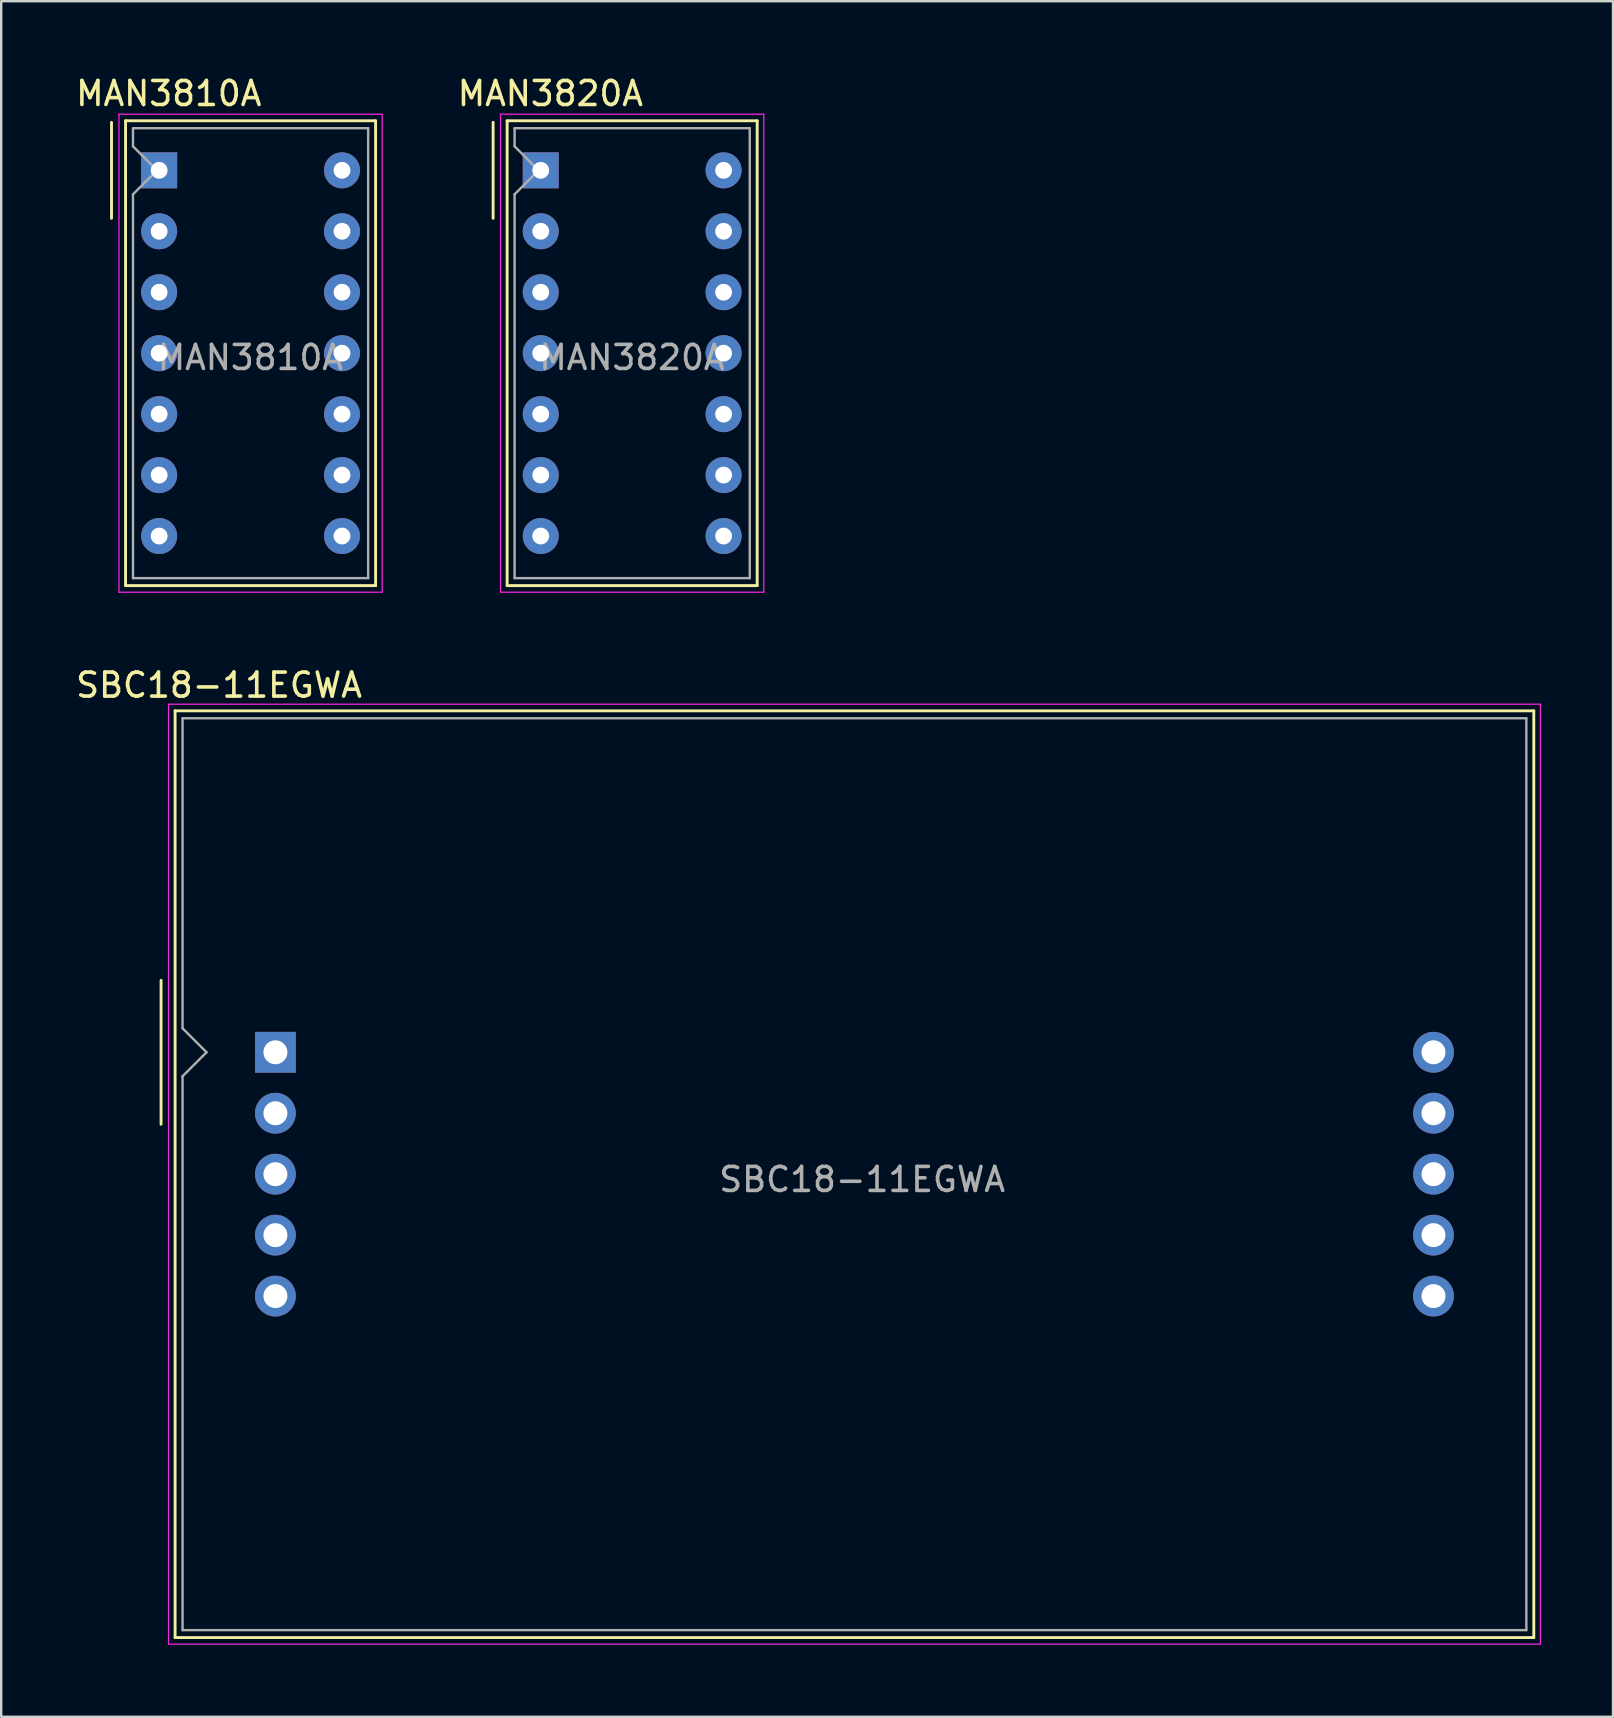
<source format=kicad_pcb>
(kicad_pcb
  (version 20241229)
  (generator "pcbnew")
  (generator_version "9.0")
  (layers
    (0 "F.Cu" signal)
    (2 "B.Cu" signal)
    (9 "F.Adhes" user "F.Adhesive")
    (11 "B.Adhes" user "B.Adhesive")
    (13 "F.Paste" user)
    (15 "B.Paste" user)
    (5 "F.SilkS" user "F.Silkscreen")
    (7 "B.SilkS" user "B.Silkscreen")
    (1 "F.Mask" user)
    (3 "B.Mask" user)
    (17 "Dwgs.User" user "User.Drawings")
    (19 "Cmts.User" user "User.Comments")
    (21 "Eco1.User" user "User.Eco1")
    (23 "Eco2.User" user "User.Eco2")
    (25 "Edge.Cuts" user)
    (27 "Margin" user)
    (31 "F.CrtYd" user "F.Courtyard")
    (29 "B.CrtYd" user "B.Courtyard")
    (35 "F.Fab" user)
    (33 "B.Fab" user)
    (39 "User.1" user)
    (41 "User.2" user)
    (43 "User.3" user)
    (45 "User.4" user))
  (footprint "MAN3810A"
    (layer "F.Cu")
    (at 3.582 4.048)
    (property "Reference" "MAN3810A" (at 0.4 -3.2 0) (layer "F.SilkS") (effects (font (size 1 1) (thickness 0.15))))
    (attr through_hole)
    (fp_line (start -1.985 -2) (end -1.985 2) (stroke (width 0.12) (type solid)) (layer "F.SilkS"))
    (fp_line (start -1.4 -2.065) (end 9.02 -2.065) (stroke (width 0.12) (type solid)) (layer "F.SilkS"))
    (fp_line (start -1.4 17.305) (end -1.4 -2.065) (stroke (width 0.12) (type solid)) (layer "F.SilkS"))
    (fp_line (start 9.02 -2.065) (end 9.02 17.305) (stroke (width 0.12) (type solid)) (layer "F.SilkS"))
    (fp_line (start 9.02 17.305) (end -1.4 17.305) (stroke (width 0.12) (type solid)) (layer "F.SilkS"))
    (fp_line (start -1.675 -2.34) (end 9.295 -2.34) (stroke (width 0.05) (type solid)) (layer "F.CrtYd"))
    (fp_line (start -1.675 17.58) (end -1.675 -2.34) (stroke (width 0.05) (type solid)) (layer "F.CrtYd"))
    (fp_line (start 9.295 -2.34) (end 9.295 17.58) (stroke (width 0.05) (type solid)) (layer "F.CrtYd"))
    (fp_line (start 9.295 17.58) (end -1.675 17.58) (stroke (width 0.05) (type solid)) (layer "F.CrtYd"))
    (fp_line (start -1.09 -1.755) (end 8.71 -1.755) (stroke (width 0.1) (type solid)) (layer "F.Fab"))
    (fp_line (start -1.09 -1) (end -1.09 -1.755) (stroke (width 0.1) (type solid)) (layer "F.Fab"))
    (fp_line (start -1.09 1) (end -0.09 0) (stroke (width 0.1) (type solid)) (layer "F.Fab"))
    (fp_line (start -1.09 16.995) (end -1.09 1) (stroke (width 0.1) (type solid)) (layer "F.Fab"))
    (fp_line (start -0.09 0) (end -1.09 -1) (stroke (width 0.1) (type solid)) (layer "F.Fab"))
    (fp_line (start 8.71 -1.755) (end 8.71 16.995) (stroke (width 0.1) (type solid)) (layer "F.Fab"))
    (fp_line (start 8.71 16.995) (end -1.09 16.995) (stroke (width 0.1) (type solid)) (layer "F.Fab"))
    (fp_text user "${REFERENCE}" (at 3.8 7.8 0) (layer "F.Fab") (effects (font (size 1 1) (thickness 0.15))))
    (pad "1" thru_hole rect (at 0 0) (size 1.5 1.5) (drill 0.7) (layers "*.Cu" "*.Mask"))
    (pad "2" thru_hole circle (at 0 2.54) (size 1.5 1.5) (drill 0.7) (layers "*.Cu" "*.Mask"))
    (pad "3" thru_hole circle (at 0 5.08) (size 1.5 1.5) (drill 0.7) (layers "*.Cu" "*.Mask"))
    (pad "4" thru_hole circle (at 0 7.62) (size 1.5 1.5) (drill 0.7) (layers "*.Cu" "*.Mask"))
    (pad "5" thru_hole circle (at 0 10.16) (size 1.5 1.5) (drill 0.7) (layers "*.Cu" "*.Mask"))
    (pad "6" thru_hole circle (at 0 12.7) (size 1.5 1.5) (drill 0.7) (layers "*.Cu" "*.Mask"))
    (pad "7" thru_hole circle (at 0 15.24) (size 1.5 1.5) (drill 0.7) (layers "*.Cu" "*.Mask"))
    (pad "8" thru_hole circle (at 7.62 15.24) (size 1.5 1.5) (drill 0.7) (layers "*.Cu" "*.Mask"))
    (pad "9" thru_hole circle (at 7.62 12.7) (size 1.5 1.5) (drill 0.7) (layers "*.Cu" "*.Mask"))
    (pad "10" thru_hole circle (at 7.62 10.16) (size 1.5 1.5) (drill 0.7) (layers "*.Cu" "*.Mask"))
    (pad "11" thru_hole circle (at 7.62 7.62) (size 1.5 1.5) (drill 0.7) (layers "*.Cu" "*.Mask"))
    (pad "12" thru_hole circle (at 7.62 5.08) (size 1.5 1.5) (drill 0.7) (layers "*.Cu" "*.Mask"))
    (pad "13" thru_hole circle (at 7.62 2.54) (size 1.5 1.5) (drill 0.7) (layers "*.Cu" "*.Mask"))
    (pad "14" thru_hole circle (at 7.62 0) (size 1.5 1.5) (drill 0.7) (layers "*.Cu" "*.Mask")))
  (footprint "MAN3820A"
    (layer "F.Cu")
    (at 19.484 4.048)
    (property "Reference" "MAN3820A" (at 0.4 -3.2 0) (layer "F.SilkS") (effects (font (size 1 1) (thickness 0.15))))
    (attr through_hole)
    (fp_line (start -1.985 -2) (end -1.985 2) (stroke (width 0.12) (type solid)) (layer "F.SilkS"))
    (fp_line (start -1.4 -2.065) (end 9.02 -2.065) (stroke (width 0.12) (type solid)) (layer "F.SilkS"))
    (fp_line (start -1.4 17.305) (end -1.4 -2.065) (stroke (width 0.12) (type solid)) (layer "F.SilkS"))
    (fp_line (start 9.02 -2.065) (end 9.02 17.305) (stroke (width 0.12) (type solid)) (layer "F.SilkS"))
    (fp_line (start 9.02 17.305) (end -1.4 17.305) (stroke (width 0.12) (type solid)) (layer "F.SilkS"))
    (fp_line (start -1.675 -2.34) (end 9.295 -2.34) (stroke (width 0.05) (type solid)) (layer "F.CrtYd"))
    (fp_line (start -1.675 17.58) (end -1.675 -2.34) (stroke (width 0.05) (type solid)) (layer "F.CrtYd"))
    (fp_line (start 9.295 -2.34) (end 9.295 17.58) (stroke (width 0.05) (type solid)) (layer "F.CrtYd"))
    (fp_line (start 9.295 17.58) (end -1.675 17.58) (stroke (width 0.05) (type solid)) (layer "F.CrtYd"))
    (fp_line (start -1.09 -1.755) (end 8.71 -1.755) (stroke (width 0.1) (type solid)) (layer "F.Fab"))
    (fp_line (start -1.09 -1) (end -1.09 -1.755) (stroke (width 0.1) (type solid)) (layer "F.Fab"))
    (fp_line (start -1.09 1) (end -0.09 0) (stroke (width 0.1) (type solid)) (layer "F.Fab"))
    (fp_line (start -1.09 16.995) (end -1.09 1) (stroke (width 0.1) (type solid)) (layer "F.Fab"))
    (fp_line (start -0.09 0) (end -1.09 -1) (stroke (width 0.1) (type solid)) (layer "F.Fab"))
    (fp_line (start 8.71 -1.755) (end 8.71 16.995) (stroke (width 0.1) (type solid)) (layer "F.Fab"))
    (fp_line (start 8.71 16.995) (end -1.09 16.995) (stroke (width 0.1) (type solid)) (layer "F.Fab"))
    (fp_text user "${REFERENCE}" (at 3.8 7.8 0) (layer "F.Fab") (effects (font (size 1 1) (thickness 0.15))))
    (pad "1" thru_hole rect (at 0 0) (size 1.5 1.5) (drill 0.7) (layers "*.Cu" "*.Mask"))
    (pad "2" thru_hole circle (at 0 2.54) (size 1.5 1.5) (drill 0.7) (layers "*.Cu" "*.Mask"))
    (pad "3" thru_hole circle (at 0 5.08) (size 1.5 1.5) (drill 0.7) (layers "*.Cu" "*.Mask"))
    (pad "4" thru_hole circle (at 0 7.62) (size 1.5 1.5) (drill 0.7) (layers "*.Cu" "*.Mask"))
    (pad "5" thru_hole circle (at 0 10.16) (size 1.5 1.5) (drill 0.7) (layers "*.Cu" "*.Mask"))
    (pad "6" thru_hole circle (at 0 12.7) (size 1.5 1.5) (drill 0.7) (layers "*.Cu" "*.Mask"))
    (pad "7" thru_hole circle (at 0 15.24) (size 1.5 1.5) (drill 0.7) (layers "*.Cu" "*.Mask"))
    (pad "8" thru_hole circle (at 7.62 15.24) (size 1.5 1.5) (drill 0.7) (layers "*.Cu" "*.Mask"))
    (pad "9" thru_hole circle (at 7.62 12.7) (size 1.5 1.5) (drill 0.7) (layers "*.Cu" "*.Mask"))
    (pad "10" thru_hole circle (at 7.62 10.16) (size 1.5 1.5) (drill 0.7) (layers "*.Cu" "*.Mask"))
    (pad "11" thru_hole circle (at 7.62 7.62) (size 1.5 1.5) (drill 0.7) (layers "*.Cu" "*.Mask"))
    (pad "12" thru_hole circle (at 7.62 5.08) (size 1.5 1.5) (drill 0.7) (layers "*.Cu" "*.Mask"))
    (pad "13" thru_hole circle (at 7.62 2.54) (size 1.5 1.5) (drill 0.7) (layers "*.Cu" "*.Mask"))
    (pad "14" thru_hole circle (at 7.62 0) (size 1.5 1.5) (drill 0.7) (layers "*.Cu" "*.Mask")))
  (footprint "SBC18-11EGWA"
    (layer "F.Cu")
    (at 8.427 40.801)
    (property "Reference" "SBC18-11EGWA" (at -2.35 -15.3 0) (layer "F.SilkS") (effects (font (size 1 1) (thickness 0.15))))
    (attr through_hole)
    (fp_line (start -4.765 -3) (end -4.765 3) (stroke (width 0.12) (type solid)) (layer "F.SilkS"))
    (fp_line (start -4.18 -14.23) (end 52.44 -14.23) (stroke (width 0.12) (type solid)) (layer "F.SilkS"))
    (fp_line (start -4.18 24.39) (end -4.18 -14.23) (stroke (width 0.12) (type solid)) (layer "F.SilkS"))
    (fp_line (start 52.44 -14.23) (end 52.44 24.39) (stroke (width 0.12) (type solid)) (layer "F.SilkS"))
    (fp_line (start 52.44 24.39) (end -4.18 24.39) (stroke (width 0.12) (type solid)) (layer "F.SilkS"))
    (fp_line (start -4.455 -14.505) (end 52.715 -14.505) (stroke (width 0.05) (type solid)) (layer "F.CrtYd"))
    (fp_line (start -4.455 24.665) (end -4.455 -14.505) (stroke (width 0.05) (type solid)) (layer "F.CrtYd"))
    (fp_line (start 52.715 -14.505) (end 52.715 24.665) (stroke (width 0.05) (type solid)) (layer "F.CrtYd"))
    (fp_line (start 52.715 24.665) (end -4.455 24.665) (stroke (width 0.05) (type solid)) (layer "F.CrtYd"))
    (fp_line (start -3.87 -13.92) (end 52.13 -13.92) (stroke (width 0.1) (type solid)) (layer "F.Fab"))
    (fp_line (start -3.87 -1) (end -3.87 -13.92) (stroke (width 0.1) (type solid)) (layer "F.Fab"))
    (fp_line (start -3.87 1) (end -2.87 0) (stroke (width 0.1) (type solid)) (layer "F.Fab"))
    (fp_line (start -3.87 24.08) (end -3.87 1) (stroke (width 0.1) (type solid)) (layer "F.Fab"))
    (fp_line (start -2.87 0) (end -3.87 -1) (stroke (width 0.1) (type solid)) (layer "F.Fab"))
    (fp_line (start 52.13 -13.92) (end 52.13 24.08) (stroke (width 0.1) (type solid)) (layer "F.Fab"))
    (fp_line (start 52.13 24.08) (end -3.87 24.08) (stroke (width 0.1) (type solid)) (layer "F.Fab"))
    (fp_text user "${REFERENCE}" (at 24.45 5.3 0) (layer "F.Fab") (effects (font (size 1 1) (thickness 0.15))))
    (pad "1" thru_hole rect (at 0 0) (size 1.7 1.7) (drill 1) (layers "*.Cu" "*.Mask"))
    (pad "2" thru_hole circle (at 0 2.54) (size 1.7 1.7) (drill 1) (layers "*.Cu" "*.Mask"))
    (pad "3" thru_hole circle (at 0 5.08) (size 1.7 1.7) (drill 1) (layers "*.Cu" "*.Mask"))
    (pad "4" thru_hole circle (at 0 7.62) (size 1.7 1.7) (drill 1) (layers "*.Cu" "*.Mask"))
    (pad "5" thru_hole circle (at 0 10.16) (size 1.7 1.7) (drill 1) (layers "*.Cu" "*.Mask"))
    (pad "6" thru_hole circle (at 48.26 10.16) (size 1.7 1.7) (drill 1) (layers "*.Cu" "*.Mask"))
    (pad "7" thru_hole circle (at 48.26 7.62) (size 1.7 1.7) (drill 1) (layers "*.Cu" "*.Mask"))
    (pad "8" thru_hole circle (at 48.26 5.08) (size 1.7 1.7) (drill 1) (layers "*.Cu" "*.Mask"))
    (pad "9" thru_hole circle (at 48.26 2.54) (size 1.7 1.7) (drill 1) (layers "*.Cu" "*.Mask"))
    (pad "10" thru_hole circle (at 48.26 0) (size 1.7 1.7) (drill 1) (layers "*.Cu" "*.Mask")))
  (gr_rect
    (start -3 -3)
    (end 64.167 68.492)
    (stroke (width 0.1) (type default))
    (fill no)
    (layer "Edge.Cuts")))
</source>
